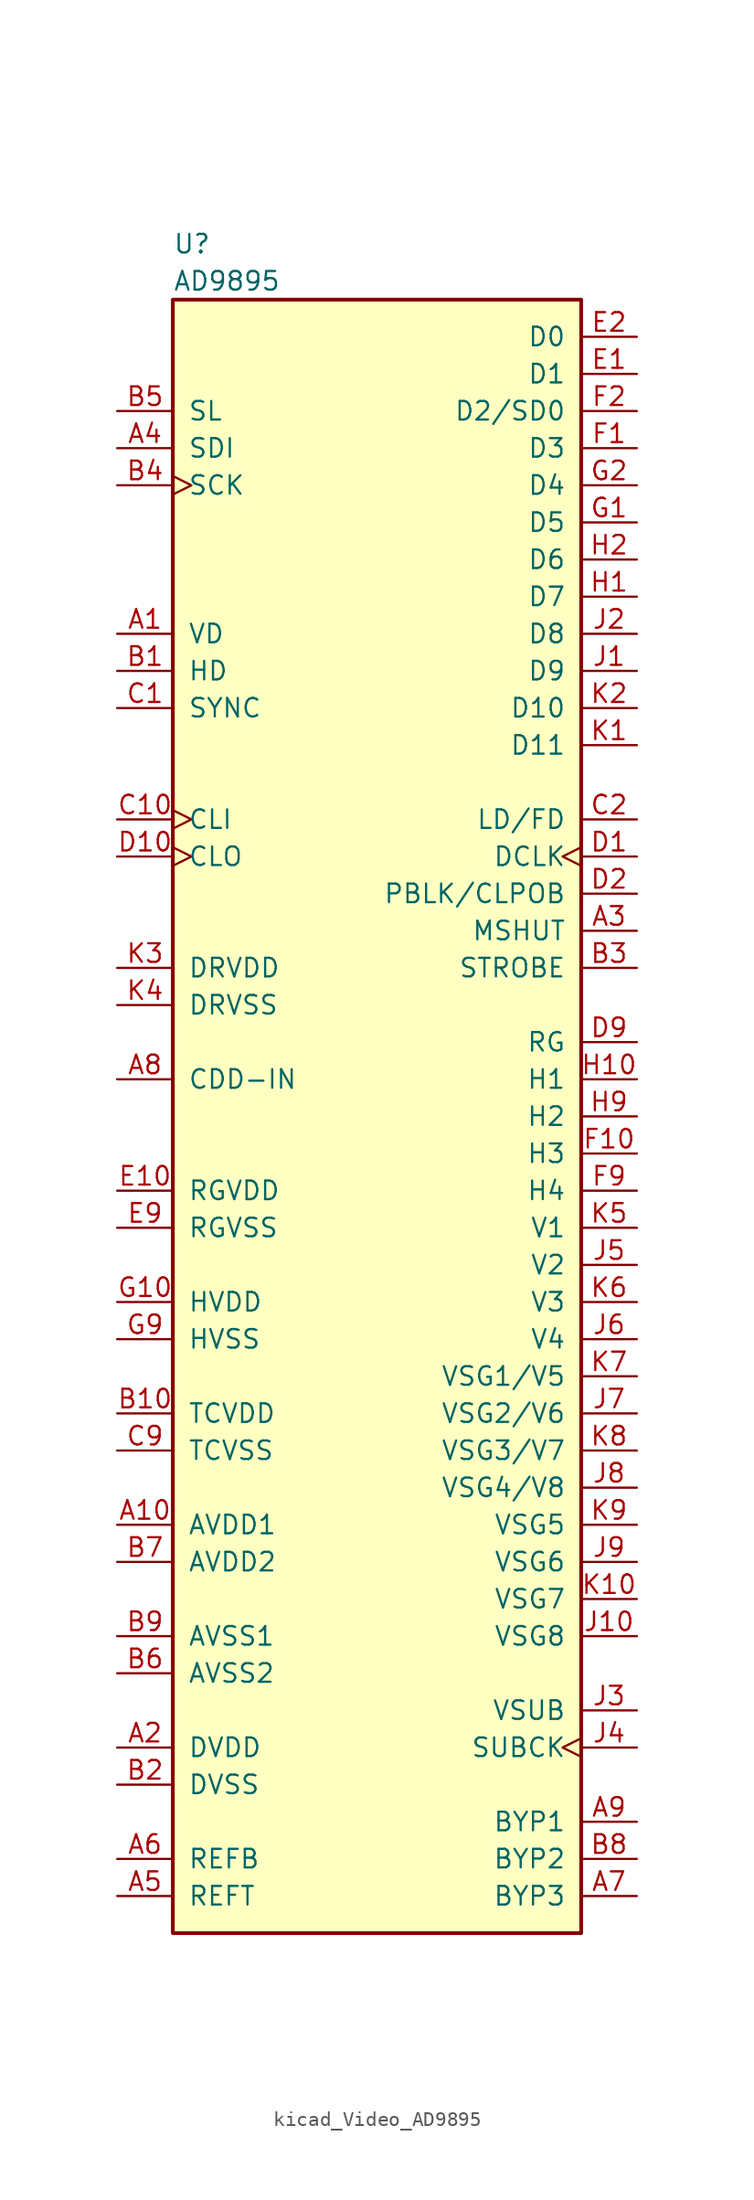
<source format=kicad_sym>
(kicad_symbol_lib
  (version 20220914)
  (generator kicad_symbol_editor)
  (symbol "kicad_Video_AD9895"
    (pin_names
      (offset 1.016))
    (property "Reference" "U"
      (at -13.97 59.69 0)
      (effects (font (size 1.27 1.27)) (justify left)))
    (property "Value" "AD9895"
      (at -13.97 57.15 0)
      (effects (font (size 1.27 1.27)) (justify left)))
    (symbol "kicad_Video_AD9895_0_1"
      (rectangle (start 13.97 -55.88) (end -13.97 55.88) (stroke (width 0.254) (type default)) (fill (type background))))
    (symbol "kicad_Video_AD9895_1_1"
      (pin bidirectional line (at -17.78 33.02 0) (length 3.81) (name "VD" (effects (font (size 1.27 1.27)))) (number "A1" (effects (font (size 1.27 1.27)))))
      (pin power_in line (at -17.78 -27.94 0) (length 3.81) (name "AVDD1" (effects (font (size 1.27 1.27)))) (number "A10" (effects (font (size 1.27 1.27)))))
      (pin power_in line (at -17.78 -43.18 0) (length 3.81) (name "DVDD" (effects (font (size 1.27 1.27)))) (number "A2" (effects (font (size 1.27 1.27)))))
      (pin output line (at 17.78 12.7 180) (length 3.81) (name "MSHUT" (effects (font (size 1.27 1.27)))) (number "A3" (effects (font (size 1.27 1.27)))))
      (pin input line (at -17.78 45.72 0) (length 3.81) (name "SDI" (effects (font (size 1.27 1.27)))) (number "A4" (effects (font (size 1.27 1.27)))))
      (pin output line (at -17.78 -53.34 0) (length 3.81) (name "REFT" (effects (font (size 1.27 1.27)))) (number "A5" (effects (font (size 1.27 1.27)))))
      (pin output line (at -17.78 -50.8 0) (length 3.81) (name "REFB" (effects (font (size 1.27 1.27)))) (number "A6" (effects (font (size 1.27 1.27)))))
      (pin output line (at 17.78 -53.34 180) (length 3.81) (name "BYP3" (effects (font (size 1.27 1.27)))) (number "A7" (effects (font (size 1.27 1.27)))))
      (pin input line (at -17.78 2.54 0) (length 3.81) (name "CDD-IN" (effects (font (size 1.27 1.27)))) (number "A8" (effects (font (size 1.27 1.27)))))
      (pin output line (at 17.78 -48.26 180) (length 3.81) (name "BYP1" (effects (font (size 1.27 1.27)))) (number "A9" (effects (font (size 1.27 1.27)))))
      (pin bidirectional line (at -17.78 30.48 0) (length 3.81) (name "HD" (effects (font (size 1.27 1.27)))) (number "B1" (effects (font (size 1.27 1.27)))))
      (pin power_in line (at -17.78 -20.32 0) (length 3.81) (name "TCVDD" (effects (font (size 1.27 1.27)))) (number "B10" (effects (font (size 1.27 1.27)))))
      (pin power_in line (at -17.78 -45.72 0) (length 3.81) (name "DVSS" (effects (font (size 1.27 1.27)))) (number "B2" (effects (font (size 1.27 1.27)))))
      (pin output line (at 17.78 10.16 180) (length 3.81) (name "STROBE" (effects (font (size 1.27 1.27)))) (number "B3" (effects (font (size 1.27 1.27)))))
      (pin input clock (at -17.78 43.18 0) (length 3.81) (name "SCK" (effects (font (size 1.27 1.27)))) (number "B4" (effects (font (size 1.27 1.27)))))
      (pin input line (at -17.78 48.26 0) (length 3.81) (name "SL" (effects (font (size 1.27 1.27)))) (number "B5" (effects (font (size 1.27 1.27)))))
      (pin power_in line (at -17.78 -38.1 0) (length 3.81) (name "AVSS2" (effects (font (size 1.27 1.27)))) (number "B6" (effects (font (size 1.27 1.27)))))
      (pin power_in line (at -17.78 -30.48 0) (length 3.81) (name "AVDD2" (effects (font (size 1.27 1.27)))) (number "B7" (effects (font (size 1.27 1.27)))))
      (pin output line (at 17.78 -50.8 180) (length 3.81) (name "BYP2" (effects (font (size 1.27 1.27)))) (number "B8" (effects (font (size 1.27 1.27)))))
      (pin power_in line (at -17.78 -35.56 0) (length 3.81) (name "AVSS1" (effects (font (size 1.27 1.27)))) (number "B9" (effects (font (size 1.27 1.27)))))
      (pin input line (at -17.78 27.94 0) (length 3.81) (name "SYNC" (effects (font (size 1.27 1.27)))) (number "C1" (effects (font (size 1.27 1.27)))))
      (pin input clock (at -17.78 20.32 0) (length 3.81) (name "CLI" (effects (font (size 1.27 1.27)))) (number "C10" (effects (font (size 1.27 1.27)))))
      (pin output line (at 17.78 20.32 180) (length 3.81) (name "LD/FD" (effects (font (size 1.27 1.27)))) (number "C2" (effects (font (size 1.27 1.27)))))
      (pin power_in line (at -17.78 -22.86 0) (length 3.81) (name "TCVSS" (effects (font (size 1.27 1.27)))) (number "C9" (effects (font (size 1.27 1.27)))))
      (pin output clock (at 17.78 17.78 180) (length 3.81) (name "DCLK" (effects (font (size 1.27 1.27)))) (number "D1" (effects (font (size 1.27 1.27)))))
      (pin output clock (at -17.78 17.78 0) (length 3.81) (name "CLO" (effects (font (size 1.27 1.27)))) (number "D10" (effects (font (size 1.27 1.27)))))
      (pin output line (at 17.78 15.24 180) (length 3.81) (name "PBLK/CLPOB" (effects (font (size 1.27 1.27)))) (number "D2" (effects (font (size 1.27 1.27)))))
      (pin output line (at 17.78 5.08 180) (length 3.81) (name "RG" (effects (font (size 1.27 1.27)))) (number "D9" (effects (font (size 1.27 1.27)))))
      (pin output line (at 17.78 50.8 180) (length 3.81) (name "D1" (effects (font (size 1.27 1.27)))) (number "E1" (effects (font (size 1.27 1.27)))))
      (pin power_in line (at -17.78 -5.08 0) (length 3.81) (name "RGVDD" (effects (font (size 1.27 1.27)))) (number "E10" (effects (font (size 1.27 1.27)))))
      (pin output line (at 17.78 53.34 180) (length 3.81) (name "D0" (effects (font (size 1.27 1.27)))) (number "E2" (effects (font (size 1.27 1.27)))))
      (pin power_in line (at -17.78 -7.62 0) (length 3.81) (name "RGVSS" (effects (font (size 1.27 1.27)))) (number "E9" (effects (font (size 1.27 1.27)))))
      (pin output line (at 17.78 45.72 180) (length 3.81) (name "D3" (effects (font (size 1.27 1.27)))) (number "F1" (effects (font (size 1.27 1.27)))))
      (pin output line (at 17.78 -2.54 180) (length 3.81) (name "H3" (effects (font (size 1.27 1.27)))) (number "F10" (effects (font (size 1.27 1.27)))))
      (pin output line (at 17.78 48.26 180) (length 3.81) (name "D2/SD0" (effects (font (size 1.27 1.27)))) (number "F2" (effects (font (size 1.27 1.27)))))
      (pin output line (at 17.78 -5.08 180) (length 3.81) (name "H4" (effects (font (size 1.27 1.27)))) (number "F9" (effects (font (size 1.27 1.27)))))
      (pin output line (at 17.78 40.64 180) (length 3.81) (name "D5" (effects (font (size 1.27 1.27)))) (number "G1" (effects (font (size 1.27 1.27)))))
      (pin power_in line (at -17.78 -12.7 0) (length 3.81) (name "HVDD" (effects (font (size 1.27 1.27)))) (number "G10" (effects (font (size 1.27 1.27)))))
      (pin output line (at 17.78 43.18 180) (length 3.81) (name "D4" (effects (font (size 1.27 1.27)))) (number "G2" (effects (font (size 1.27 1.27)))))
      (pin power_in line (at -17.78 -15.24 0) (length 3.81) (name "HVSS" (effects (font (size 1.27 1.27)))) (number "G9" (effects (font (size 1.27 1.27)))))
      (pin output line (at 17.78 35.56 180) (length 3.81) (name "D7" (effects (font (size 1.27 1.27)))) (number "H1" (effects (font (size 1.27 1.27)))))
      (pin output line (at 17.78 2.54 180) (length 3.81) (name "H1" (effects (font (size 1.27 1.27)))) (number "H10" (effects (font (size 1.27 1.27)))))
      (pin output line (at 17.78 38.1 180) (length 3.81) (name "D6" (effects (font (size 1.27 1.27)))) (number "H2" (effects (font (size 1.27 1.27)))))
      (pin output line (at 17.78 0 180) (length 3.81) (name "H2" (effects (font (size 1.27 1.27)))) (number "H9" (effects (font (size 1.27 1.27)))))
      (pin output line (at 17.78 30.48 180) (length 3.81) (name "D9" (effects (font (size 1.27 1.27)))) (number "J1" (effects (font (size 1.27 1.27)))))
      (pin output line (at 17.78 -35.56 180) (length 3.81) (name "VSG8" (effects (font (size 1.27 1.27)))) (number "J10" (effects (font (size 1.27 1.27)))))
      (pin output line (at 17.78 33.02 180) (length 3.81) (name "D8" (effects (font (size 1.27 1.27)))) (number "J2" (effects (font (size 1.27 1.27)))))
      (pin output line (at 17.78 -40.64 180) (length 3.81) (name "VSUB" (effects (font (size 1.27 1.27)))) (number "J3" (effects (font (size 1.27 1.27)))))
      (pin output clock (at 17.78 -43.18 180) (length 3.81) (name "SUBCK" (effects (font (size 1.27 1.27)))) (number "J4" (effects (font (size 1.27 1.27)))))
      (pin output line (at 17.78 -10.16 180) (length 3.81) (name "V2" (effects (font (size 1.27 1.27)))) (number "J5" (effects (font (size 1.27 1.27)))))
      (pin output line (at 17.78 -15.24 180) (length 3.81) (name "V4" (effects (font (size 1.27 1.27)))) (number "J6" (effects (font (size 1.27 1.27)))))
      (pin output line (at 17.78 -20.32 180) (length 3.81) (name "VSG2/V6" (effects (font (size 1.27 1.27)))) (number "J7" (effects (font (size 1.27 1.27)))))
      (pin output line (at 17.78 -25.4 180) (length 3.81) (name "VSG4/V8" (effects (font (size 1.27 1.27)))) (number "J8" (effects (font (size 1.27 1.27)))))
      (pin output line (at 17.78 -30.48 180) (length 3.81) (name "VSG6" (effects (font (size 1.27 1.27)))) (number "J9" (effects (font (size 1.27 1.27)))))
      (pin input line (at 17.78 25.4 180) (length 3.81) (name "D11" (effects (font (size 1.27 1.27)))) (number "K1" (effects (font (size 1.27 1.27)))))
      (pin output line (at 17.78 -33.02 180) (length 3.81) (name "VSG7" (effects (font (size 1.27 1.27)))) (number "K10" (effects (font (size 1.27 1.27)))))
      (pin output line (at 17.78 27.94 180) (length 3.81) (name "D10" (effects (font (size 1.27 1.27)))) (number "K2" (effects (font (size 1.27 1.27)))))
      (pin power_out line (at -17.78 10.16 0) (length 3.81) (name "DRVDD" (effects (font (size 1.27 1.27)))) (number "K3" (effects (font (size 1.27 1.27)))))
      (pin power_out line (at -17.78 7.62 0) (length 3.81) (name "DRVSS" (effects (font (size 1.27 1.27)))) (number "K4" (effects (font (size 1.27 1.27)))))
      (pin output line (at 17.78 -7.62 180) (length 3.81) (name "V1" (effects (font (size 1.27 1.27)))) (number "K5" (effects (font (size 1.27 1.27)))))
      (pin output line (at 17.78 -12.7 180) (length 3.81) (name "V3" (effects (font (size 1.27 1.27)))) (number "K6" (effects (font (size 1.27 1.27)))))
      (pin output line (at 17.78 -17.78 180) (length 3.81) (name "VSG1/V5" (effects (font (size 1.27 1.27)))) (number "K7" (effects (font (size 1.27 1.27)))))
      (pin output line (at 17.78 -22.86 180) (length 3.81) (name "VSG3/V7" (effects (font (size 1.27 1.27)))) (number "K8" (effects (font (size 1.27 1.27)))))
      (pin output line (at 17.78 -27.94 180) (length 3.81) (name "VSG5" (effects (font (size 1.27 1.27)))) (number "K9" (effects (font (size 1.27 1.27))))))))
</source>
